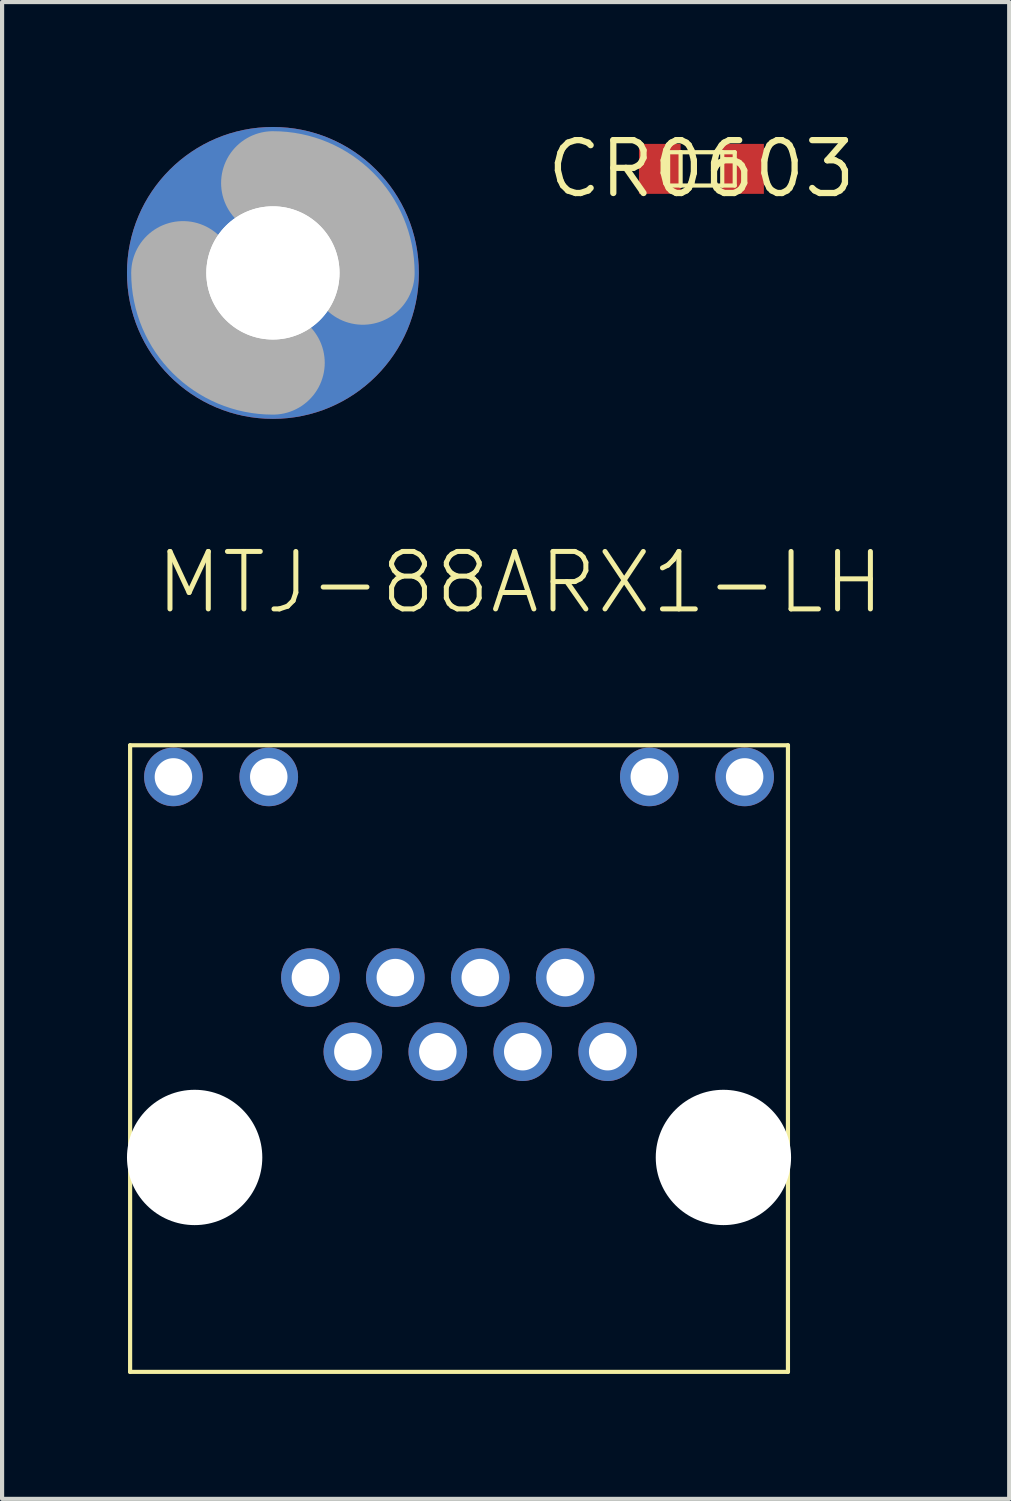
<source format=kicad_pcb>
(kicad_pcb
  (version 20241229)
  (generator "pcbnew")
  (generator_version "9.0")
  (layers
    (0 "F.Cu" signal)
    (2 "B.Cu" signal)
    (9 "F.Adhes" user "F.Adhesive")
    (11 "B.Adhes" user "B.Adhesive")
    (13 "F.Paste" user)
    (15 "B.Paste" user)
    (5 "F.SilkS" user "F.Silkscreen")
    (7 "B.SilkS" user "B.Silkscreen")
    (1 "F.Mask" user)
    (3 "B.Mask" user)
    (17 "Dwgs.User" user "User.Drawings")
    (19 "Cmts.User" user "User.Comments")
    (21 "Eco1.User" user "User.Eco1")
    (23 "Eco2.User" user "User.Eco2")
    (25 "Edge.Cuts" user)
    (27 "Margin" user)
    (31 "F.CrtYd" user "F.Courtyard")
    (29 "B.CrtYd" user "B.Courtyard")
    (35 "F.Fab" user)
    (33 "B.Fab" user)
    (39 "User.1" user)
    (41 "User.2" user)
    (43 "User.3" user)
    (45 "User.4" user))
  (footprint "3,2"
    (layer "F.Cu")
    (at 3.505 3.505)
    (property "Reference" "3,2" (at 0 0 0) (layer "F.SilkS") (effects (font (size 1.27 1.27) (thickness 0.15))))
    (fp_arc (start 0 -2.159) (mid 1.526644 -1.526644) (end 2.159 0) (stroke (width 2.4892) (type solid)) (layer "F.Fab"))
    (fp_arc (start 0 2.159) (mid -1.526644 1.526644) (end -2.159 0) (stroke (width 2.4892) (type solid)) (layer "F.Fab"))
    (fp_circle (center 0 0) (end 0.762 0) (stroke (width 0.457) (type solid)) (fill no) (layer "F.Fab"))
    (pad "" np_thru_hole circle (at 0 0) (size 3.2 3.2) (drill 3.2) (layers "*.Cu" "*.Mask"))
    (pad "P$1" thru_hole circle (at 0 0) (size 7.01 7.01) (drill 3.197) (layers "*.Cu" "*.Mask")))
  (footprint "CR0603"
    (layer "F.Cu")
    (at 13.797 1.006)
    (property "Reference" "CR0603" (at 0 0 0) (layer "F.SilkS") (effects (font (size 1.27 1.27) (thickness 0.15))))
    (fp_line (start -0.8 -0.4) (end -0.8 0.4) (stroke (width 0.1) (type solid)) (layer "F.SilkS"))
    (fp_line (start -0.8 0.4) (end -0.5 0.4) (stroke (width 0.1) (type solid)) (layer "F.SilkS"))
    (fp_line (start -0.5 -0.4) (end -0.8 -0.4) (stroke (width 0.1) (type solid)) (layer "F.SilkS"))
    (fp_line (start -0.5 -0.4) (end -0.5 0.4) (stroke (width 0.1) (type solid)) (layer "F.SilkS"))
    (fp_line (start -0.5 0.4) (end 0.5 0.4) (stroke (width 0.1) (type solid)) (layer "F.SilkS"))
    (fp_line (start 0.5 -0.4) (end -0.5 -0.4) (stroke (width 0.1) (type solid)) (layer "F.SilkS"))
    (fp_line (start 0.5 -0.4) (end 0.5 0.4) (stroke (width 0.1) (type solid)) (layer "F.SilkS"))
    (fp_line (start 0.5 0.4) (end 0.8 0.4) (stroke (width 0.1) (type solid)) (layer "F.SilkS"))
    (fp_line (start 0.8 -0.4) (end 0.5 -0.4) (stroke (width 0.1) (type solid)) (layer "F.SilkS"))
    (fp_line (start 0.8 0.4) (end 0.8 -0.4) (stroke (width 0.1) (type solid)) (layer "F.SilkS"))
    (pad "LEFT" smd rect (at -1 0) (size 1 1.2) (layers "F.Cu" "F.Mask" "F.Paste"))
    (pad "RIGHT" smd rect (at 1 0) (size 1 1.2) (layers "F.Cu" "F.Mask" "F.Paste")))
  (footprint "MTJ-88ARX1-LH"
    (layer "F.Cu")
    (at 1.625 24.75)
    (property "Reference" "MTJ-88ARX1-LH" (at -1 -13 0) (layer "F.SilkS") (effects (font (size 1.38 1.38) (thickness 0.12)) (justify left bottom)))
    (fp_line (start -1.55 -9.9) (end -1.55 5.15) (stroke (width 0.1) (type solid)) (layer "F.SilkS"))
    (fp_line (start -1.55 5.15) (end 14.25 5.15) (stroke (width 0.1) (type solid)) (layer "F.SilkS"))
    (fp_line (start 14.25 -9.9) (end -1.55 -9.9) (stroke (width 0.1) (type solid)) (layer "F.SilkS"))
    (fp_line (start 14.25 5.15) (end 14.25 -9.9) (stroke (width 0.1) (type solid)) (layer "F.SilkS"))
    (pad "" np_thru_hole circle (at 0 0) (size 3.25 3.25) (drill 3.25) (layers "*.Cu" "*.Mask"))
    (pad "" np_thru_hole circle (at 12.7 0) (size 3.25 3.25) (drill 3.25) (layers "*.Cu" "*.Mask"))
    (pad "1" thru_hole circle (at 9.92 -2.54) (size 1.408 1.408) (drill 0.9) (layers "*.Cu" "*.Mask"))
    (pad "2" thru_hole circle (at 8.9 -4.32) (size 1.408 1.408) (drill 0.9) (layers "*.Cu" "*.Mask"))
    (pad "3" thru_hole circle (at 7.88 -2.54) (size 1.408 1.408) (drill 0.9) (layers "*.Cu" "*.Mask"))
    (pad "4" thru_hole circle (at 6.86 -4.32) (size 1.408 1.408) (drill 0.9) (layers "*.Cu" "*.Mask"))
    (pad "5" thru_hole circle (at 5.84 -2.54) (size 1.408 1.408) (drill 0.9) (layers "*.Cu" "*.Mask"))
    (pad "6" thru_hole circle (at 4.82 -4.32) (size 1.408 1.408) (drill 0.9) (layers "*.Cu" "*.Mask"))
    (pad "7" thru_hole circle (at 3.8 -2.54) (size 1.408 1.408) (drill 0.9) (layers "*.Cu" "*.Mask"))
    (pad "8" thru_hole circle (at 2.78 -4.32) (size 1.408 1.408) (drill 0.9) (layers "*.Cu" "*.Mask"))
    (pad "LED1_A" thru_hole circle (at -0.51 -9.14) (size 1.408 1.408) (drill 0.9) (layers "*.Cu" "*.Mask"))
    (pad "LED1_K" thru_hole circle (at 1.78 -9.14) (size 1.408 1.408) (drill 0.9) (layers "*.Cu" "*.Mask"))
    (pad "LED2_A" thru_hole circle (at 10.92 -9.14) (size 1.408 1.408) (drill 0.9) (layers "*.Cu" "*.Mask"))
    (pad "LED2_K" thru_hole circle (at 13.21 -9.14) (size 1.408 1.408) (drill 0.9) (layers "*.Cu" "*.Mask")))
  (gr_rect
    (start -3 -3)
    (end 21.189 32.95)
    (stroke (width 0.1) (type default))
    (fill no)
    (layer "Edge.Cuts")))
</source>
